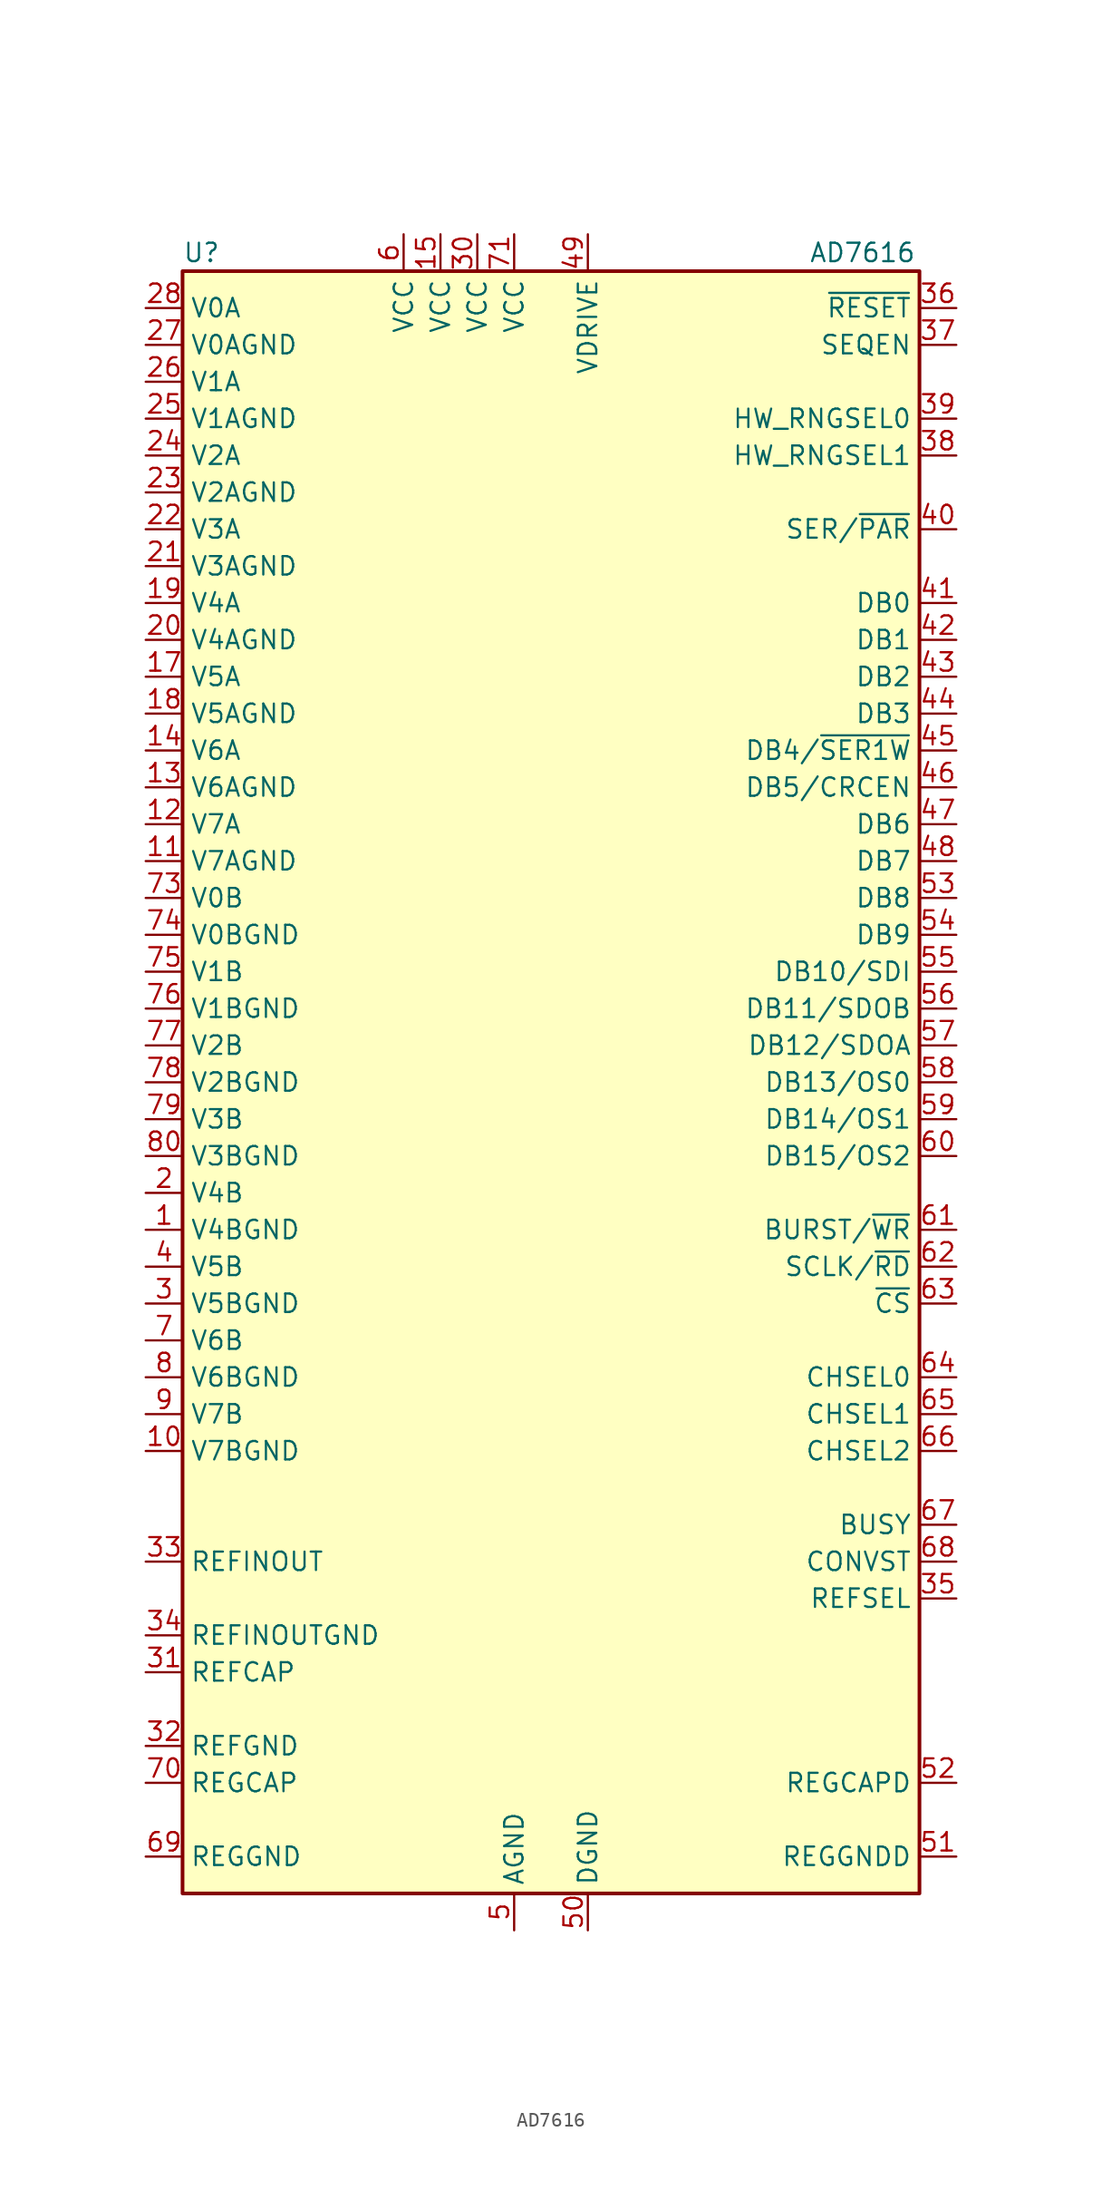
<source format=kicad_sym>
(kicad_symbol_lib
  (version 20220914)
  (generator kicad_symbol_editor)
  (symbol "AD7616"
    (property "Reference" "U"
      (at -25.4 57.15 0)
      (effects (font (size 1.27 1.27)) (justify left)))
    (property "Value" "AD7616"
      (at 17.78 57.15 0)
      (effects (font (size 1.27 1.27)) (justify left)))
    (symbol "AD7616_1_1"
      (rectangle (start -25.4 55.88) (end 25.4 -55.88) (stroke (width 0.254) (type default)) (fill (type background)))
      (pin input line (at -27.94 -10.16 0) (length 2.54) (name "V4BGND" (effects (font (size 1.27 1.27)))) (number "1" (effects (font (size 1.27 1.27)))))
      (pin input line (at -27.94 -25.4 0) (length 2.54) (name "V7BGND" (effects (font (size 1.27 1.27)))) (number "10" (effects (font (size 1.27 1.27)))))
      (pin input line (at -27.94 15.24 0) (length 2.54) (name "V7AGND" (effects (font (size 1.27 1.27)))) (number "11" (effects (font (size 1.27 1.27)))))
      (pin input line (at -27.94 17.78 0) (length 2.54) (name "V7A" (effects (font (size 1.27 1.27)))) (number "12" (effects (font (size 1.27 1.27)))))
      (pin input line (at -27.94 20.32 0) (length 2.54) (name "V6AGND" (effects (font (size 1.27 1.27)))) (number "13" (effects (font (size 1.27 1.27)))))
      (pin input line (at -27.94 22.86 0) (length 2.54) (name "V6A" (effects (font (size 1.27 1.27)))) (number "14" (effects (font (size 1.27 1.27)))))
      (pin power_in line (at -7.62 58.42 270) (length 2.54) (name "VCC" (effects (font (size 1.27 1.27)))) (number "15" (effects (font (size 1.27 1.27)))))
      (pin passive line (at -2.54 -58.42 90) (length 2.54) hide (name "AGND" (effects (font (size 1.27 1.27)))) (number "16" (effects (font (size 1.27 1.27)))))
      (pin input line (at -27.94 27.94 0) (length 2.54) (name "V5A" (effects (font (size 1.27 1.27)))) (number "17" (effects (font (size 1.27 1.27)))))
      (pin input line (at -27.94 25.4 0) (length 2.54) (name "V5AGND" (effects (font (size 1.27 1.27)))) (number "18" (effects (font (size 1.27 1.27)))))
      (pin input line (at -27.94 33.02 0) (length 2.54) (name "V4A" (effects (font (size 1.27 1.27)))) (number "19" (effects (font (size 1.27 1.27)))))
      (pin input line (at -27.94 -7.62 0) (length 2.54) (name "V4B" (effects (font (size 1.27 1.27)))) (number "2" (effects (font (size 1.27 1.27)))))
      (pin input line (at -27.94 30.48 0) (length 2.54) (name "V4AGND" (effects (font (size 1.27 1.27)))) (number "20" (effects (font (size 1.27 1.27)))))
      (pin input line (at -27.94 35.56 0) (length 2.54) (name "V3AGND" (effects (font (size 1.27 1.27)))) (number "21" (effects (font (size 1.27 1.27)))))
      (pin input line (at -27.94 38.1 0) (length 2.54) (name "V3A" (effects (font (size 1.27 1.27)))) (number "22" (effects (font (size 1.27 1.27)))))
      (pin input line (at -27.94 40.64 0) (length 2.54) (name "V2AGND" (effects (font (size 1.27 1.27)))) (number "23" (effects (font (size 1.27 1.27)))))
      (pin input line (at -27.94 43.18 0) (length 2.54) (name "V2A" (effects (font (size 1.27 1.27)))) (number "24" (effects (font (size 1.27 1.27)))))
      (pin input line (at -27.94 45.72 0) (length 2.54) (name "V1AGND" (effects (font (size 1.27 1.27)))) (number "25" (effects (font (size 1.27 1.27)))))
      (pin input line (at -27.94 48.26 0) (length 2.54) (name "V1A" (effects (font (size 1.27 1.27)))) (number "26" (effects (font (size 1.27 1.27)))))
      (pin input line (at -27.94 50.8 0) (length 2.54) (name "V0AGND" (effects (font (size 1.27 1.27)))) (number "27" (effects (font (size 1.27 1.27)))))
      (pin input line (at -27.94 53.34 0) (length 2.54) (name "V0A" (effects (font (size 1.27 1.27)))) (number "28" (effects (font (size 1.27 1.27)))))
      (pin passive line (at -2.54 -58.42 90) (length 2.54) hide (name "AGND" (effects (font (size 1.27 1.27)))) (number "29" (effects (font (size 1.27 1.27)))))
      (pin input line (at -27.94 -15.24 0) (length 2.54) (name "V5BGND" (effects (font (size 1.27 1.27)))) (number "3" (effects (font (size 1.27 1.27)))))
      (pin power_in line (at -5.08 58.42 270) (length 2.54) (name "VCC" (effects (font (size 1.27 1.27)))) (number "30" (effects (font (size 1.27 1.27)))))
      (pin passive line (at -27.94 -40.64 0) (length 2.54) (name "REFCAP" (effects (font (size 1.27 1.27)))) (number "31" (effects (font (size 1.27 1.27)))))
      (pin power_in line (at -27.94 -45.72 0) (length 2.54) (name "REFGND" (effects (font (size 1.27 1.27)))) (number "32" (effects (font (size 1.27 1.27)))))
      (pin input line (at -27.94 -33.02 0) (length 2.54) (name "REFINOUT" (effects (font (size 1.27 1.27)))) (number "33" (effects (font (size 1.27 1.27)))))
      (pin power_in line (at -27.94 -38.1 0) (length 2.54) (name "REFINOUTGND" (effects (font (size 1.27 1.27)))) (number "34" (effects (font (size 1.27 1.27)))))
      (pin input line (at 27.94 -35.56 180) (length 2.54) (name "REFSEL" (effects (font (size 1.27 1.27)))) (number "35" (effects (font (size 1.27 1.27)))))
      (pin input line (at 27.94 53.34 180) (length 2.54) (name "~{RESET}" (effects (font (size 1.27 1.27)))) (number "36" (effects (font (size 1.27 1.27)))))
      (pin input line (at 27.94 50.8 180) (length 2.54) (name "SEQEN" (effects (font (size 1.27 1.27)))) (number "37" (effects (font (size 1.27 1.27)))))
      (pin input line (at 27.94 43.18 180) (length 2.54) (name "HW_RNGSEL1" (effects (font (size 1.27 1.27)))) (number "38" (effects (font (size 1.27 1.27)))))
      (pin input line (at 27.94 45.72 180) (length 2.54) (name "HW_RNGSEL0" (effects (font (size 1.27 1.27)))) (number "39" (effects (font (size 1.27 1.27)))))
      (pin input line (at -27.94 -12.7 0) (length 2.54) (name "V5B" (effects (font (size 1.27 1.27)))) (number "4" (effects (font (size 1.27 1.27)))))
      (pin input line (at 27.94 38.1 180) (length 2.54) (name "SER/~{PAR}" (effects (font (size 1.27 1.27)))) (number "40" (effects (font (size 1.27 1.27)))))
      (pin bidirectional line (at 27.94 33.02 180) (length 2.54) (name "DB0" (effects (font (size 1.27 1.27)))) (number "41" (effects (font (size 1.27 1.27)))))
      (pin bidirectional line (at 27.94 30.48 180) (length 2.54) (name "DB1" (effects (font (size 1.27 1.27)))) (number "42" (effects (font (size 1.27 1.27)))))
      (pin bidirectional line (at 27.94 27.94 180) (length 2.54) (name "DB2" (effects (font (size 1.27 1.27)))) (number "43" (effects (font (size 1.27 1.27)))))
      (pin bidirectional line (at 27.94 25.4 180) (length 2.54) (name "DB3" (effects (font (size 1.27 1.27)))) (number "44" (effects (font (size 1.27 1.27)))))
      (pin bidirectional line (at 27.94 22.86 180) (length 2.54) (name "DB4/~{SER1W}" (effects (font (size 1.27 1.27)))) (number "45" (effects (font (size 1.27 1.27)))))
      (pin bidirectional line (at 27.94 20.32 180) (length 2.54) (name "DB5/CRCEN" (effects (font (size 1.27 1.27)))) (number "46" (effects (font (size 1.27 1.27)))))
      (pin bidirectional line (at 27.94 17.78 180) (length 2.54) (name "DB6" (effects (font (size 1.27 1.27)))) (number "47" (effects (font (size 1.27 1.27)))))
      (pin bidirectional line (at 27.94 15.24 180) (length 2.54) (name "DB7" (effects (font (size 1.27 1.27)))) (number "48" (effects (font (size 1.27 1.27)))))
      (pin power_in line (at 2.54 58.42 270) (length 2.54) (name "VDRIVE" (effects (font (size 1.27 1.27)))) (number "49" (effects (font (size 1.27 1.27)))))
      (pin power_in line (at -2.54 -58.42 90) (length 2.54) (name "AGND" (effects (font (size 1.27 1.27)))) (number "5" (effects (font (size 1.27 1.27)))))
      (pin power_in line (at 2.54 -58.42 90) (length 2.54) (name "DGND" (effects (font (size 1.27 1.27)))) (number "50" (effects (font (size 1.27 1.27)))))
      (pin power_in line (at 27.94 -53.34 180) (length 2.54) (name "REGGNDD" (effects (font (size 1.27 1.27)))) (number "51" (effects (font (size 1.27 1.27)))))
      (pin passive line (at 27.94 -48.26 180) (length 2.54) (name "REGCAPD" (effects (font (size 1.27 1.27)))) (number "52" (effects (font (size 1.27 1.27)))))
      (pin bidirectional line (at 27.94 12.7 180) (length 2.54) (name "DB8" (effects (font (size 1.27 1.27)))) (number "53" (effects (font (size 1.27 1.27)))))
      (pin bidirectional line (at 27.94 10.16 180) (length 2.54) (name "DB9" (effects (font (size 1.27 1.27)))) (number "54" (effects (font (size 1.27 1.27)))))
      (pin bidirectional line (at 27.94 7.62 180) (length 2.54) (name "DB10/SDI" (effects (font (size 1.27 1.27)))) (number "55" (effects (font (size 1.27 1.27)))))
      (pin bidirectional line (at 27.94 5.08 180) (length 2.54) (name "DB11/SDOB" (effects (font (size 1.27 1.27)))) (number "56" (effects (font (size 1.27 1.27)))))
      (pin bidirectional line (at 27.94 2.54 180) (length 2.54) (name "DB12/SDOA" (effects (font (size 1.27 1.27)))) (number "57" (effects (font (size 1.27 1.27)))))
      (pin bidirectional line (at 27.94 0 180) (length 2.54) (name "DB13/OS0" (effects (font (size 1.27 1.27)))) (number "58" (effects (font (size 1.27 1.27)))))
      (pin bidirectional line (at 27.94 -2.54 180) (length 2.54) (name "DB14/OS1" (effects (font (size 1.27 1.27)))) (number "59" (effects (font (size 1.27 1.27)))))
      (pin power_in line (at -10.16 58.42 270) (length 2.54) (name "VCC" (effects (font (size 1.27 1.27)))) (number "6" (effects (font (size 1.27 1.27)))))
      (pin bidirectional line (at 27.94 -5.08 180) (length 2.54) (name "DB15/OS2" (effects (font (size 1.27 1.27)))) (number "60" (effects (font (size 1.27 1.27)))))
      (pin input line (at 27.94 -10.16 180) (length 2.54) (name "BURST/~{WR}" (effects (font (size 1.27 1.27)))) (number "61" (effects (font (size 1.27 1.27)))))
      (pin input line (at 27.94 -12.7 180) (length 2.54) (name "SCLK/~{RD}" (effects (font (size 1.27 1.27)))) (number "62" (effects (font (size 1.27 1.27)))))
      (pin input line (at 27.94 -15.24 180) (length 2.54) (name "~{CS}" (effects (font (size 1.27 1.27)))) (number "63" (effects (font (size 1.27 1.27)))))
      (pin input line (at 27.94 -20.32 180) (length 2.54) (name "CHSEL0" (effects (font (size 1.27 1.27)))) (number "64" (effects (font (size 1.27 1.27)))))
      (pin input line (at 27.94 -22.86 180) (length 2.54) (name "CHSEL1" (effects (font (size 1.27 1.27)))) (number "65" (effects (font (size 1.27 1.27)))))
      (pin input line (at 27.94 -25.4 180) (length 2.54) (name "CHSEL2" (effects (font (size 1.27 1.27)))) (number "66" (effects (font (size 1.27 1.27)))))
      (pin output line (at 27.94 -30.48 180) (length 2.54) (name "BUSY" (effects (font (size 1.27 1.27)))) (number "67" (effects (font (size 1.27 1.27)))))
      (pin input line (at 27.94 -33.02 180) (length 2.54) (name "CONVST" (effects (font (size 1.27 1.27)))) (number "68" (effects (font (size 1.27 1.27)))))
      (pin power_in line (at -27.94 -53.34 0) (length 2.54) (name "REGGND" (effects (font (size 1.27 1.27)))) (number "69" (effects (font (size 1.27 1.27)))))
      (pin input line (at -27.94 -17.78 0) (length 2.54) (name "V6B" (effects (font (size 1.27 1.27)))) (number "7" (effects (font (size 1.27 1.27)))))
      (pin passive line (at -27.94 -48.26 0) (length 2.54) (name "REGCAP" (effects (font (size 1.27 1.27)))) (number "70" (effects (font (size 1.27 1.27)))))
      (pin power_in line (at -2.54 58.42 270) (length 2.54) (name "VCC" (effects (font (size 1.27 1.27)))) (number "71" (effects (font (size 1.27 1.27)))))
      (pin passive line (at -2.54 -58.42 90) (length 2.54) hide (name "AGND" (effects (font (size 1.27 1.27)))) (number "72" (effects (font (size 1.27 1.27)))))
      (pin input line (at -27.94 12.7 0) (length 2.54) (name "V0B" (effects (font (size 1.27 1.27)))) (number "73" (effects (font (size 1.27 1.27)))))
      (pin input line (at -27.94 10.16 0) (length 2.54) (name "V0BGND" (effects (font (size 1.27 1.27)))) (number "74" (effects (font (size 1.27 1.27)))))
      (pin input line (at -27.94 7.62 0) (length 2.54) (name "V1B" (effects (font (size 1.27 1.27)))) (number "75" (effects (font (size 1.27 1.27)))))
      (pin input line (at -27.94 5.08 0) (length 2.54) (name "V1BGND" (effects (font (size 1.27 1.27)))) (number "76" (effects (font (size 1.27 1.27)))))
      (pin input line (at -27.94 2.54 0) (length 2.54) (name "V2B" (effects (font (size 1.27 1.27)))) (number "77" (effects (font (size 1.27 1.27)))))
      (pin input line (at -27.94 0 0) (length 2.54) (name "V2BGND" (effects (font (size 1.27 1.27)))) (number "78" (effects (font (size 1.27 1.27)))))
      (pin input line (at -27.94 -2.54 0) (length 2.54) (name "V3B" (effects (font (size 1.27 1.27)))) (number "79" (effects (font (size 1.27 1.27)))))
      (pin input line (at -27.94 -20.32 0) (length 2.54) (name "V6BGND" (effects (font (size 1.27 1.27)))) (number "8" (effects (font (size 1.27 1.27)))))
      (pin input line (at -27.94 -5.08 0) (length 2.54) (name "V3BGND" (effects (font (size 1.27 1.27)))) (number "80" (effects (font (size 1.27 1.27)))))
      (pin input line (at -27.94 -22.86 0) (length 2.54) (name "V7B" (effects (font (size 1.27 1.27)))) (number "9" (effects (font (size 1.27 1.27))))))))
</source>
